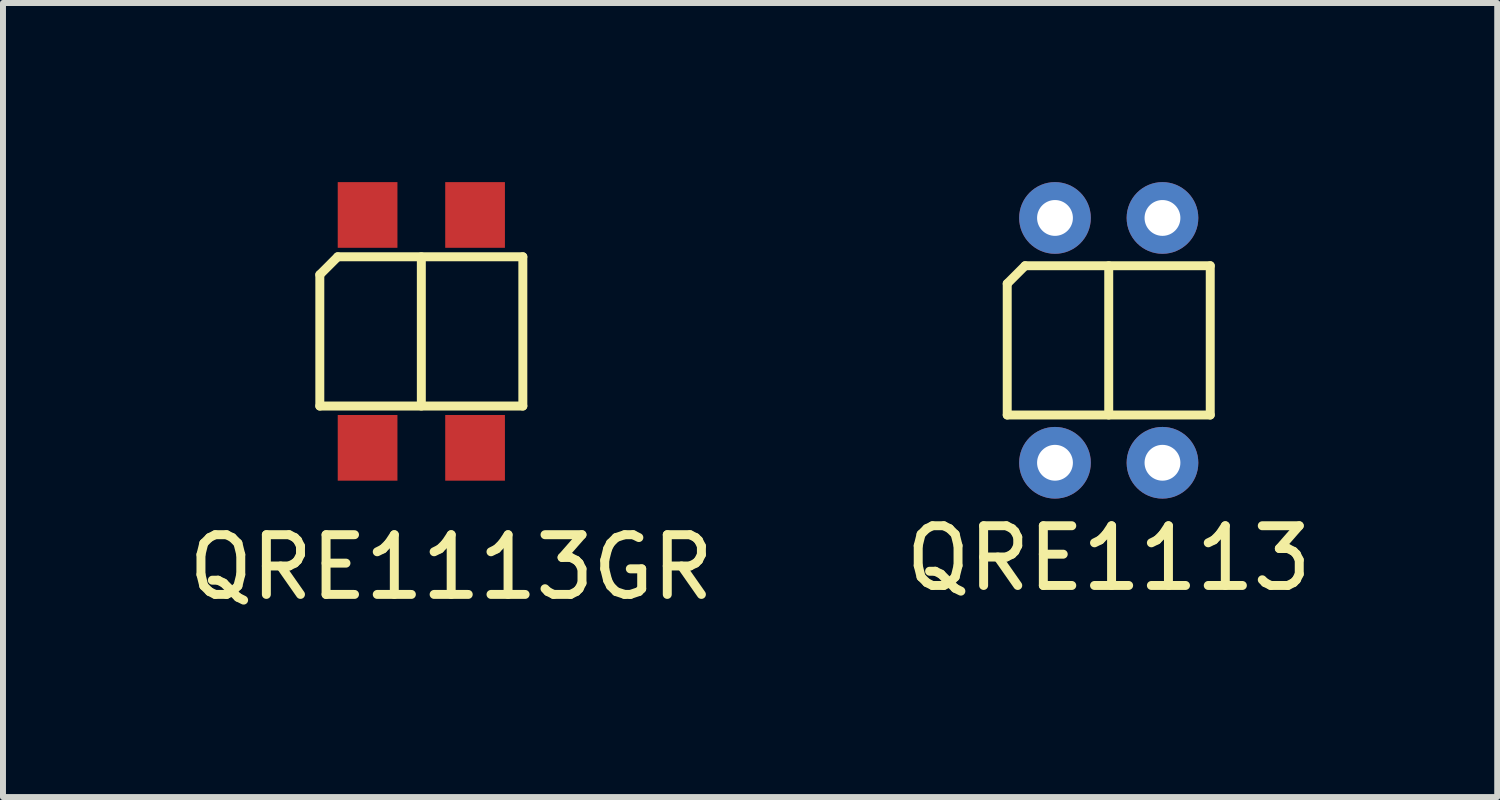
<source format=kicad_pcb>
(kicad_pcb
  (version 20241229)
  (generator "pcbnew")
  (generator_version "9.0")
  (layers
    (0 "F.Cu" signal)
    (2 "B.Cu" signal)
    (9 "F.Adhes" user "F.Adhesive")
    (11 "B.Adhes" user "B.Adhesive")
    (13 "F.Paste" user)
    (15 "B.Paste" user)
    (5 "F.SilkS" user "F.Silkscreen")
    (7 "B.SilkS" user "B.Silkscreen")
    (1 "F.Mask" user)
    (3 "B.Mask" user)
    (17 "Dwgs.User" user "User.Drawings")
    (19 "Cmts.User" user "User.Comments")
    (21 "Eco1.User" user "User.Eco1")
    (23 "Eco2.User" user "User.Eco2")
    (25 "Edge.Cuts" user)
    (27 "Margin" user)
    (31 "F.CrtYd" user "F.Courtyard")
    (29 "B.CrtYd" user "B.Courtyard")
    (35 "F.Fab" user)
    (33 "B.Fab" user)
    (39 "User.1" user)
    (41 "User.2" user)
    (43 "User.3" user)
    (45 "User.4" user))
  (footprint "QRE1113GR"
    (layer "F.Cu")
    (at 4.006 2.45)
    (property "Reference" "QRE1113GR" (at 0.5 4 0) (layer "F.SilkS") (effects (font (size 1 1) (thickness 0.15))))
    (attr through_hole)
    (fp_line (start -1.7 -0.9) (end -1.7 1.3) (stroke (width 0.15) (type solid)) (layer "F.SilkS"))
    (fp_line (start -1.7 1.3) (end 1.7 1.3) (stroke (width 0.15) (type solid)) (layer "F.SilkS"))
    (fp_line (start -1.4 -1.2) (end -1.7 -0.9) (stroke (width 0.15) (type solid)) (layer "F.SilkS"))
    (fp_line (start 0 1.3) (end 0 -1.2) (stroke (width 0.15) (type solid)) (layer "F.SilkS"))
    (fp_line (start 1.7 -1.2) (end -1.4 -1.2) (stroke (width 0.15) (type solid)) (layer "F.SilkS"))
    (fp_line (start 1.7 1.3) (end 1.7 -1.2) (stroke (width 0.15) (type solid)) (layer "F.SilkS"))
    (pad "1" smd rect (at -0.9 -1.9) (size 1 1.1) (layers "F.Cu" "F.Mask" "F.Paste"))
    (pad "2" smd rect (at -0.9 2) (size 1 1.1) (layers "F.Cu" "F.Mask" "F.Paste"))
    (pad "3" smd rect (at 0.9 2) (size 1 1.1) (layers "F.Cu" "F.Mask" "F.Paste"))
    (pad "4" smd rect (at 0.9 -1.9) (size 1 1.1) (layers "F.Cu" "F.Mask" "F.Paste")))
  (footprint "QRE1113"
    (layer "F.Cu")
    (at 15.518 2.6)
    (property "Reference" "QRE1113" (at 0 3.7 0) (layer "F.SilkS") (effects (font (size 1 1) (thickness 0.15))))
    (attr through_hole)
    (fp_line (start -1.7 -0.9) (end -1.7 1.3) (stroke (width 0.15) (type solid)) (layer "F.SilkS"))
    (fp_line (start -1.7 1.3) (end 1.7 1.3) (stroke (width 0.15) (type solid)) (layer "F.SilkS"))
    (fp_line (start -1.4 -1.2) (end -1.7 -0.9) (stroke (width 0.15) (type solid)) (layer "F.SilkS"))
    (fp_line (start 0 1.3) (end 0 -1.2) (stroke (width 0.15) (type solid)) (layer "F.SilkS"))
    (fp_line (start 1.7 -1.2) (end -1.4 -1.2) (stroke (width 0.15) (type solid)) (layer "F.SilkS"))
    (fp_line (start 1.7 1.3) (end 1.7 -1.2) (stroke (width 0.15) (type solid)) (layer "F.SilkS"))
    (pad "1" thru_hole circle (at -0.9 -2) (size 1.2 1.2) (drill 0.6) (layers "*.Cu" "*.Mask"))
    (pad "2" thru_hole circle (at -0.9 2.1) (size 1.2 1.2) (drill 0.6) (layers "*.Cu" "*.Mask"))
    (pad "3" thru_hole circle (at 0.9 2.1) (size 1.2 1.2) (drill 0.6) (layers "*.Cu" "*.Mask"))
    (pad "4" thru_hole circle (at 0.9 -2) (size 1.2 1.2) (drill 0.6) (layers "*.Cu" "*.Mask")))
  (gr_rect
    (start -3 -3)
    (end 22.024 10.298)
    (stroke (width 0.1) (type default))
    (fill no)
    (layer "Edge.Cuts")))
</source>
